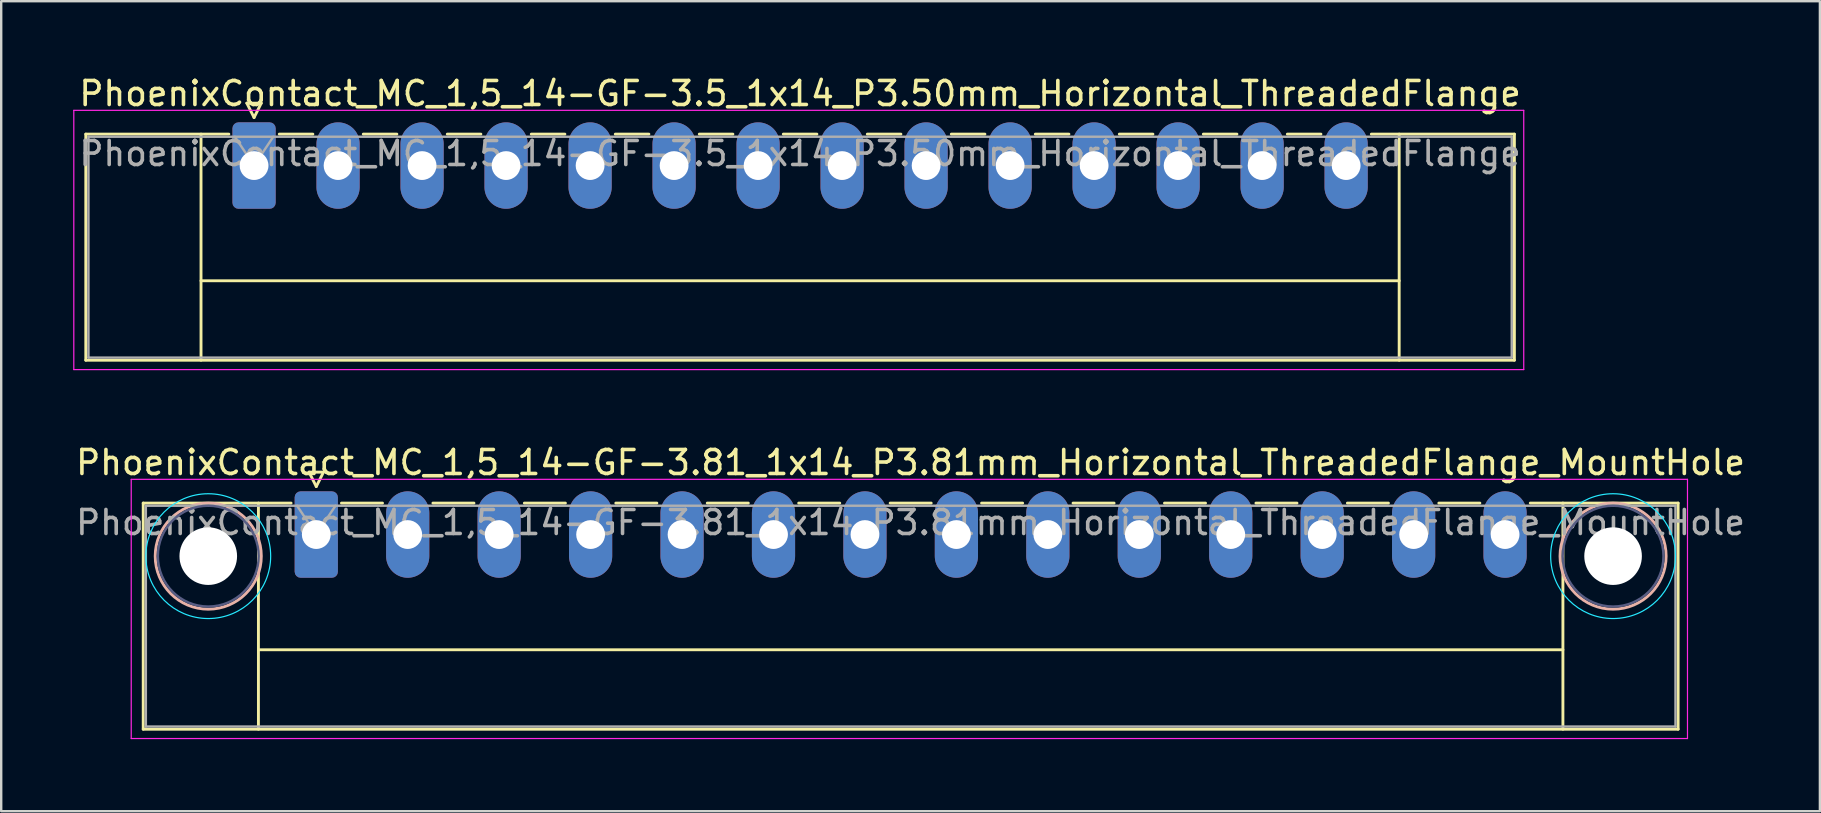
<source format=kicad_pcb>
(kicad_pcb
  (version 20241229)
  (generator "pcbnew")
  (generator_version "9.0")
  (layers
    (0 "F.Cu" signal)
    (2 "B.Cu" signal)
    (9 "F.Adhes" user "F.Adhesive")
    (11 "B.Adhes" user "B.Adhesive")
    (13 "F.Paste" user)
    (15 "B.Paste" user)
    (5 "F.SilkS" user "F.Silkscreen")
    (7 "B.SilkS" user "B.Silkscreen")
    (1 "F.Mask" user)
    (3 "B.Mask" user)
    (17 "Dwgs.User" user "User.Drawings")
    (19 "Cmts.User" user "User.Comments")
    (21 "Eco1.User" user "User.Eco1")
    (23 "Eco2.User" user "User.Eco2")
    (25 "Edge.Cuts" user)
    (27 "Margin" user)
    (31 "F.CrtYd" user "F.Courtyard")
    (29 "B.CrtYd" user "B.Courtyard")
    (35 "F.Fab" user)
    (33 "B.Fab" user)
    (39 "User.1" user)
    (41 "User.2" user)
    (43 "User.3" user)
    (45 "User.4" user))
  (footprint "PhoenixContact_MC_1,5_14-GF-3.81_1x14_P3.81mm_Horizontal_ThreadedFlange_MountHole"
    (layer "F.Cu")
    (at 10.127 19.221)
    (property "Reference" "PhoenixContact_MC_1,5_14-GF-3.81_1x14_P3.81mm_Horizontal_ThreadedFlange_MountHole" (at 24.76 -3 0) (layer "F.SilkS") (effects (font (size 1 1) (thickness 0.15))))
    (attr through_hole)
    (fp_line (start -7.21 -1.31) (end -7.21 8.11) (stroke (width 0.12) (type solid)) (layer "F.SilkS"))
    (fp_line (start -7.21 -1.31) (end -1.05 -1.31) (stroke (width 0.12) (type solid)) (layer "F.SilkS"))
    (fp_line (start -7.21 8.11) (end 56.74 8.11) (stroke (width 0.12) (type solid)) (layer "F.SilkS"))
    (fp_line (start -2.41 -1.31) (end -2.41 8.11) (stroke (width 0.12) (type solid)) (layer "F.SilkS"))
    (fp_line (start -2.41 4.8) (end 51.94 4.8) (stroke (width 0.12) (type solid)) (layer "F.SilkS"))
    (fp_line (start -0.3 -2.6) (end 0.3 -2.6) (stroke (width 0.12) (type solid)) (layer "F.SilkS"))
    (fp_line (start 0 -2) (end -0.3 -2.6) (stroke (width 0.12) (type solid)) (layer "F.SilkS"))
    (fp_line (start 0.3 -2.6) (end 0 -2) (stroke (width 0.12) (type solid)) (layer "F.SilkS"))
    (fp_line (start 1.05 -1.31) (end 2.76 -1.31) (stroke (width 0.12) (type solid)) (layer "F.SilkS"))
    (fp_line (start 4.86 -1.31) (end 6.57 -1.31) (stroke (width 0.12) (type solid)) (layer "F.SilkS"))
    (fp_line (start 8.67 -1.31) (end 10.38 -1.31) (stroke (width 0.12) (type solid)) (layer "F.SilkS"))
    (fp_line (start 12.48 -1.31) (end 14.19 -1.31) (stroke (width 0.12) (type solid)) (layer "F.SilkS"))
    (fp_line (start 16.29 -1.31) (end 18 -1.31) (stroke (width 0.12) (type solid)) (layer "F.SilkS"))
    (fp_line (start 20.1 -1.31) (end 21.81 -1.31) (stroke (width 0.12) (type solid)) (layer "F.SilkS"))
    (fp_line (start 23.91 -1.31) (end 25.62 -1.31) (stroke (width 0.12) (type solid)) (layer "F.SilkS"))
    (fp_line (start 27.72 -1.31) (end 29.43 -1.31) (stroke (width 0.12) (type solid)) (layer "F.SilkS"))
    (fp_line (start 31.53 -1.31) (end 33.24 -1.31) (stroke (width 0.12) (type solid)) (layer "F.SilkS"))
    (fp_line (start 35.34 -1.31) (end 37.05 -1.31) (stroke (width 0.12) (type solid)) (layer "F.SilkS"))
    (fp_line (start 39.15 -1.31) (end 40.86 -1.31) (stroke (width 0.12) (type solid)) (layer "F.SilkS"))
    (fp_line (start 42.96 -1.31) (end 44.67 -1.31) (stroke (width 0.12) (type solid)) (layer "F.SilkS"))
    (fp_line (start 46.77 -1.31) (end 48.48 -1.31) (stroke (width 0.12) (type solid)) (layer "F.SilkS"))
    (fp_line (start 51.94 -1.31) (end 51.94 8.11) (stroke (width 0.12) (type solid)) (layer "F.SilkS"))
    (fp_line (start 56.74 -1.31) (end 50.58 -1.31) (stroke (width 0.12) (type solid)) (layer "F.SilkS"))
    (fp_line (start 56.74 8.11) (end 56.74 -1.31) (stroke (width 0.12) (type solid)) (layer "F.SilkS"))
    (fp_circle (center -4.5 0.9) (end -2.29 0.9) (stroke (width 0.12) (type solid)) (fill no) (layer "B.SilkS"))
    (fp_circle (center 54.03 0.9) (end 56.24 0.9) (stroke (width 0.12) (type solid)) (fill no) (layer "B.SilkS"))
    (fp_circle (center -4.5 0.9) (end -1.9 0.9) (stroke (width 0.05) (type solid)) (fill no) (layer "B.CrtYd"))
    (fp_circle (center 54.03 0.9) (end 56.63 0.9) (stroke (width 0.05) (type solid)) (fill no) (layer "B.CrtYd"))
    (fp_line (start -7.71 -2.3) (end -7.71 8.5) (stroke (width 0.05) (type solid)) (layer "F.CrtYd"))
    (fp_line (start -7.71 8.5) (end 57.13 8.5) (stroke (width 0.05) (type solid)) (layer "F.CrtYd"))
    (fp_line (start 57.13 -2.3) (end -7.71 -2.3) (stroke (width 0.05) (type solid)) (layer "F.CrtYd"))
    (fp_line (start 57.13 8.5) (end 57.13 -2.3) (stroke (width 0.05) (type solid)) (layer "F.CrtYd"))
    (fp_circle (center -4.5 0.9) (end -2.4 0.9) (stroke (width 0.1) (type solid)) (fill no) (layer "B.Fab"))
    (fp_circle (center 54.03 0.9) (end 56.13 0.9) (stroke (width 0.1) (type solid)) (fill no) (layer "B.Fab"))
    (fp_line (start -7.1 -1.2) (end -7.1 8) (stroke (width 0.1) (type solid)) (layer "F.Fab"))
    (fp_line (start -7.1 8) (end 56.63 8) (stroke (width 0.1) (type solid)) (layer "F.Fab"))
    (fp_line (start 0 0) (end -0.8 -1.2) (stroke (width 0.1) (type solid)) (layer "F.Fab"))
    (fp_line (start 0.8 -1.2) (end 0 0) (stroke (width 0.1) (type solid)) (layer "F.Fab"))
    (fp_line (start 56.63 -1.2) (end -7.1 -1.2) (stroke (width 0.1) (type solid)) (layer "F.Fab"))
    (fp_line (start 56.63 8) (end 56.63 -1.2) (stroke (width 0.1) (type solid)) (layer "F.Fab"))
    (fp_text user "${REFERENCE}" (at 24.76 -0.5 0) (layer "F.Fab") (effects (font (size 1 1) (thickness 0.15))))
    (pad "" np_thru_hole circle (at -4.5 0.9) (size 2.4 2.4) (drill 2.4) (layers "*.Cu" "*.Mask"))
    (pad "" np_thru_hole circle (at 54.03 0.9) (size 2.4 2.4) (drill 2.4) (layers "*.Cu" "*.Mask"))
    (pad "1" thru_hole roundrect (at 0 0) (size 1.8 3.6) (drill 1.2) (layers "*.Cu" "*.Mask") (roundrect_rratio 0.139))
    (pad "2" thru_hole oval (at 3.81 0) (size 1.8 3.6) (drill 1.2) (layers "*.Cu" "*.Mask"))
    (pad "3" thru_hole oval (at 7.62 0) (size 1.8 3.6) (drill 1.2) (layers "*.Cu" "*.Mask"))
    (pad "4" thru_hole oval (at 11.43 0) (size 1.8 3.6) (drill 1.2) (layers "*.Cu" "*.Mask"))
    (pad "5" thru_hole oval (at 15.24 0) (size 1.8 3.6) (drill 1.2) (layers "*.Cu" "*.Mask"))
    (pad "6" thru_hole oval (at 19.05 0) (size 1.8 3.6) (drill 1.2) (layers "*.Cu" "*.Mask"))
    (pad "7" thru_hole oval (at 22.86 0) (size 1.8 3.6) (drill 1.2) (layers "*.Cu" "*.Mask"))
    (pad "8" thru_hole oval (at 26.67 0) (size 1.8 3.6) (drill 1.2) (layers "*.Cu" "*.Mask"))
    (pad "9" thru_hole oval (at 30.48 0) (size 1.8 3.6) (drill 1.2) (layers "*.Cu" "*.Mask"))
    (pad "10" thru_hole oval (at 34.29 0) (size 1.8 3.6) (drill 1.2) (layers "*.Cu" "*.Mask"))
    (pad "11" thru_hole oval (at 38.1 0) (size 1.8 3.6) (drill 1.2) (layers "*.Cu" "*.Mask"))
    (pad "12" thru_hole oval (at 41.91 0) (size 1.8 3.6) (drill 1.2) (layers "*.Cu" "*.Mask"))
    (pad "13" thru_hole oval (at 45.72 0) (size 1.8 3.6) (drill 1.2) (layers "*.Cu" "*.Mask"))
    (pad "14" thru_hole oval (at 49.53 0) (size 1.8 3.6) (drill 1.2) (layers "*.Cu" "*.Mask")))
  (footprint "PhoenixContact_MC_1,5_14-GF-3.5_1x14_P3.50mm_Horizontal_ThreadedFlange"
    (layer "F.Cu")
    (at 7.535 3.848)
    (property "Reference" "PhoenixContact_MC_1,5_14-GF-3.5_1x14_P3.50mm_Horizontal_ThreadedFlange" (at 22.75 -3 0) (layer "F.SilkS") (effects (font (size 1 1) (thickness 0.15))))
    (attr through_hole)
    (fp_line (start -7.01 -1.31) (end -7.01 8.11) (stroke (width 0.12) (type solid)) (layer "F.SilkS"))
    (fp_line (start -7.01 -1.31) (end -1.05 -1.31) (stroke (width 0.12) (type solid)) (layer "F.SilkS"))
    (fp_line (start -7.01 8.11) (end 52.51 8.11) (stroke (width 0.12) (type solid)) (layer "F.SilkS"))
    (fp_line (start -2.21 -1.31) (end -2.21 8.11) (stroke (width 0.12) (type solid)) (layer "F.SilkS"))
    (fp_line (start -2.21 4.8) (end 47.71 4.8) (stroke (width 0.12) (type solid)) (layer "F.SilkS"))
    (fp_line (start -0.3 -2.6) (end 0.3 -2.6) (stroke (width 0.12) (type solid)) (layer "F.SilkS"))
    (fp_line (start 0 -2) (end -0.3 -2.6) (stroke (width 0.12) (type solid)) (layer "F.SilkS"))
    (fp_line (start 0.3 -2.6) (end 0 -2) (stroke (width 0.12) (type solid)) (layer "F.SilkS"))
    (fp_line (start 1.05 -1.31) (end 2.45 -1.31) (stroke (width 0.12) (type solid)) (layer "F.SilkS"))
    (fp_line (start 4.55 -1.31) (end 5.95 -1.31) (stroke (width 0.12) (type solid)) (layer "F.SilkS"))
    (fp_line (start 8.05 -1.31) (end 9.45 -1.31) (stroke (width 0.12) (type solid)) (layer "F.SilkS"))
    (fp_line (start 11.55 -1.31) (end 12.95 -1.31) (stroke (width 0.12) (type solid)) (layer "F.SilkS"))
    (fp_line (start 15.05 -1.31) (end 16.45 -1.31) (stroke (width 0.12) (type solid)) (layer "F.SilkS"))
    (fp_line (start 18.55 -1.31) (end 19.95 -1.31) (stroke (width 0.12) (type solid)) (layer "F.SilkS"))
    (fp_line (start 22.05 -1.31) (end 23.45 -1.31) (stroke (width 0.12) (type solid)) (layer "F.SilkS"))
    (fp_line (start 25.55 -1.31) (end 26.95 -1.31) (stroke (width 0.12) (type solid)) (layer "F.SilkS"))
    (fp_line (start 29.05 -1.31) (end 30.45 -1.31) (stroke (width 0.12) (type solid)) (layer "F.SilkS"))
    (fp_line (start 32.55 -1.31) (end 33.95 -1.31) (stroke (width 0.12) (type solid)) (layer "F.SilkS"))
    (fp_line (start 36.05 -1.31) (end 37.45 -1.31) (stroke (width 0.12) (type solid)) (layer "F.SilkS"))
    (fp_line (start 39.55 -1.31) (end 40.95 -1.31) (stroke (width 0.12) (type solid)) (layer "F.SilkS"))
    (fp_line (start 43.05 -1.31) (end 44.45 -1.31) (stroke (width 0.12) (type solid)) (layer "F.SilkS"))
    (fp_line (start 47.71 -1.31) (end 47.71 8.11) (stroke (width 0.12) (type solid)) (layer "F.SilkS"))
    (fp_line (start 52.51 -1.31) (end 46.55 -1.31) (stroke (width 0.12) (type solid)) (layer "F.SilkS"))
    (fp_line (start 52.51 8.11) (end 52.51 -1.31) (stroke (width 0.12) (type solid)) (layer "F.SilkS"))
    (fp_line (start -7.51 -2.3) (end -7.51 8.5) (stroke (width 0.05) (type solid)) (layer "F.CrtYd"))
    (fp_line (start -7.51 8.5) (end 52.9 8.5) (stroke (width 0.05) (type solid)) (layer "F.CrtYd"))
    (fp_line (start 52.9 -2.3) (end -7.51 -2.3) (stroke (width 0.05) (type solid)) (layer "F.CrtYd"))
    (fp_line (start 52.9 8.5) (end 52.9 -2.3) (stroke (width 0.05) (type solid)) (layer "F.CrtYd"))
    (fp_line (start -6.9 -1.2) (end -6.9 8) (stroke (width 0.1) (type solid)) (layer "F.Fab"))
    (fp_line (start -6.9 8) (end 52.4 8) (stroke (width 0.1) (type solid)) (layer "F.Fab"))
    (fp_line (start 0 0) (end -0.8 -1.2) (stroke (width 0.1) (type solid)) (layer "F.Fab"))
    (fp_line (start 0.8 -1.2) (end 0 0) (stroke (width 0.1) (type solid)) (layer "F.Fab"))
    (fp_line (start 52.4 -1.2) (end -6.9 -1.2) (stroke (width 0.1) (type solid)) (layer "F.Fab"))
    (fp_line (start 52.4 8) (end 52.4 -1.2) (stroke (width 0.1) (type solid)) (layer "F.Fab"))
    (fp_text user "${REFERENCE}" (at 22.75 -0.5 0) (layer "F.Fab") (effects (font (size 1 1) (thickness 0.15))))
    (pad "1" thru_hole roundrect (at 0 0) (size 1.8 3.6) (drill 1.2) (layers "*.Cu" "*.Mask") (roundrect_rratio 0.139))
    (pad "2" thru_hole oval (at 3.5 0) (size 1.8 3.6) (drill 1.2) (layers "*.Cu" "*.Mask"))
    (pad "3" thru_hole oval (at 7 0) (size 1.8 3.6) (drill 1.2) (layers "*.Cu" "*.Mask"))
    (pad "4" thru_hole oval (at 10.5 0) (size 1.8 3.6) (drill 1.2) (layers "*.Cu" "*.Mask"))
    (pad "5" thru_hole oval (at 14 0) (size 1.8 3.6) (drill 1.2) (layers "*.Cu" "*.Mask"))
    (pad "6" thru_hole oval (at 17.5 0) (size 1.8 3.6) (drill 1.2) (layers "*.Cu" "*.Mask"))
    (pad "7" thru_hole oval (at 21 0) (size 1.8 3.6) (drill 1.2) (layers "*.Cu" "*.Mask"))
    (pad "8" thru_hole oval (at 24.5 0) (size 1.8 3.6) (drill 1.2) (layers "*.Cu" "*.Mask"))
    (pad "9" thru_hole oval (at 28 0) (size 1.8 3.6) (drill 1.2) (layers "*.Cu" "*.Mask"))
    (pad "10" thru_hole oval (at 31.5 0) (size 1.8 3.6) (drill 1.2) (layers "*.Cu" "*.Mask"))
    (pad "11" thru_hole oval (at 35 0) (size 1.8 3.6) (drill 1.2) (layers "*.Cu" "*.Mask"))
    (pad "12" thru_hole oval (at 38.5 0) (size 1.8 3.6) (drill 1.2) (layers "*.Cu" "*.Mask"))
    (pad "13" thru_hole oval (at 42 0) (size 1.8 3.6) (drill 1.2) (layers "*.Cu" "*.Mask"))
    (pad "14" thru_hole oval (at 45.5 0) (size 1.8 3.6) (drill 1.2) (layers "*.Cu" "*.Mask")))
  (gr_rect
    (start -3 -3)
    (end 72.774 30.747)
    (stroke (width 0.1) (type default))
    (fill no)
    (layer "Edge.Cuts")))
</source>
